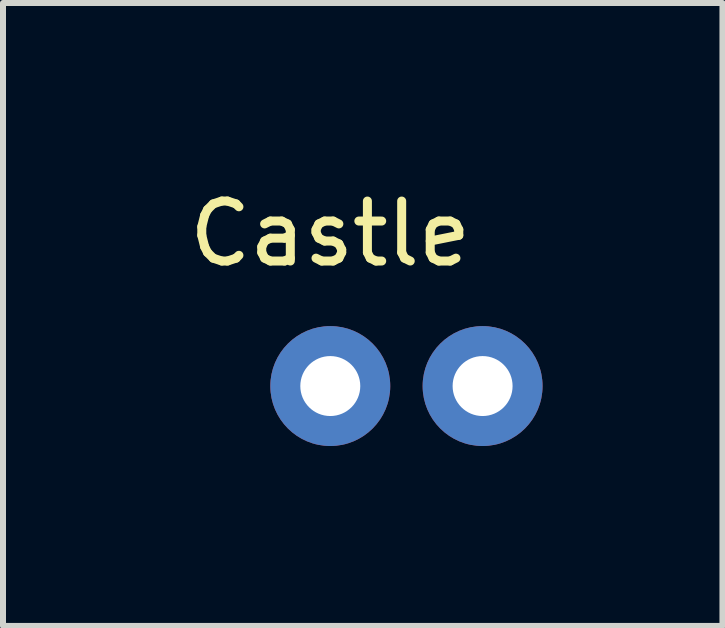
<source format=kicad_pcb>
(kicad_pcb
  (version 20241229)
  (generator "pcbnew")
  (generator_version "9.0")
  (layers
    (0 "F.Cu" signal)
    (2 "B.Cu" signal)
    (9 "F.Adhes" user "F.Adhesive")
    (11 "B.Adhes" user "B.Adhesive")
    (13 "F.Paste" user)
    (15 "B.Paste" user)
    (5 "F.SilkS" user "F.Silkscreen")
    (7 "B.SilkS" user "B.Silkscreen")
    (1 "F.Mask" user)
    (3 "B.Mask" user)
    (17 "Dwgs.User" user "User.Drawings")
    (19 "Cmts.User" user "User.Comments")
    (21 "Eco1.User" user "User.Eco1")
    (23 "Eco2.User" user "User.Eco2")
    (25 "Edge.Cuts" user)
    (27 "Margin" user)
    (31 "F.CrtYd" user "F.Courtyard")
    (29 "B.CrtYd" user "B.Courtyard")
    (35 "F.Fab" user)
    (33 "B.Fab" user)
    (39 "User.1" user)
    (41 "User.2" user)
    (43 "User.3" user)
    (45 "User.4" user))
  (footprint "Castle"
    (layer "F.Cu")
    (at 2.458 3.388)
    (property "Reference" "Castle" (at 0 -2.54 0) (unlocked yes) (layer "F.SilkS") (effects (font (size 1 1) (thickness 0.15))))
    (attr through_hole)
    (pad "1" thru_hole circle (at 0 0) (size 2 2) (drill 1) (property pad_prop_castellated) (layers "*.Cu" "*.Mask"))
    (pad "2" thru_hole circle (at 2.54 0) (size 2 2) (drill 1) (property pad_prop_castellated) (layers "*.Cu" "*.Mask")))
  (gr_rect
    (start -3 -3)
    (end 8.998 7.388)
    (stroke (width 0.1) (type default))
    (fill no)
    (layer "Edge.Cuts")))
</source>
